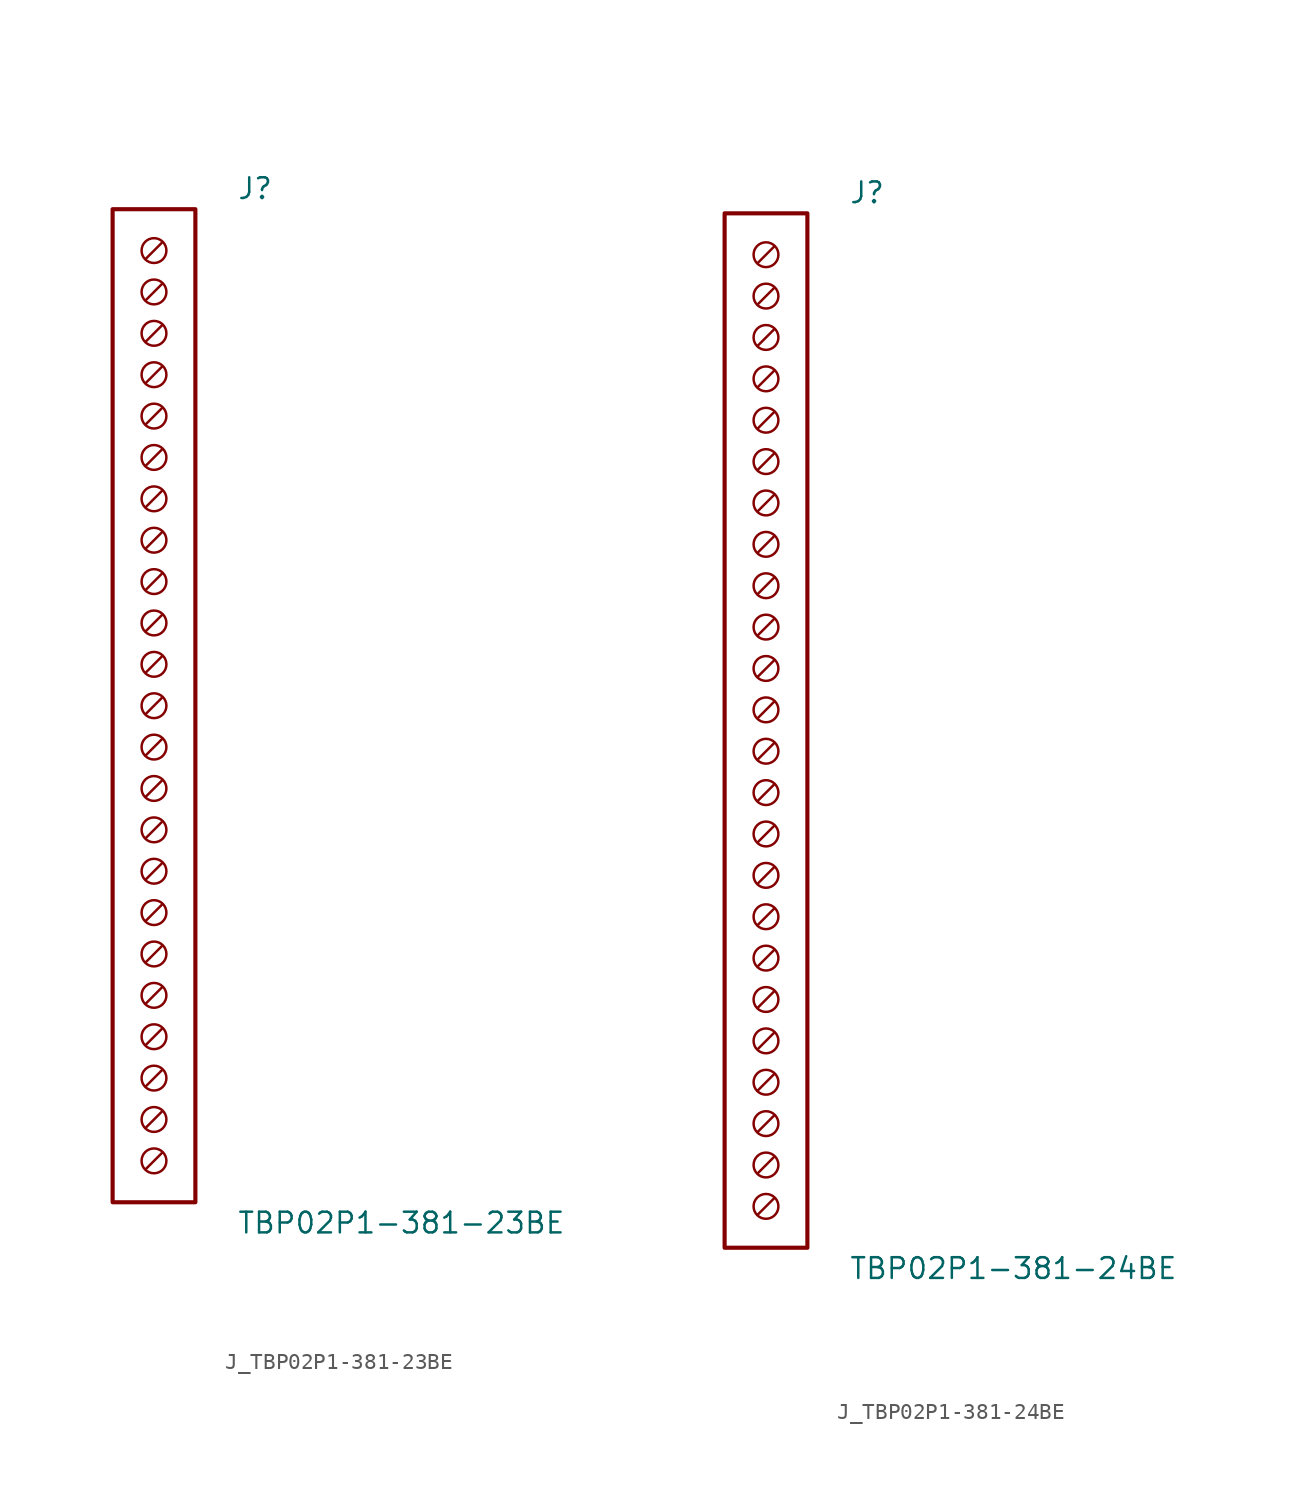
<source format=kicad_sym>
(kicad_symbol_lib
  (version 20231120)
  (generator kicad_symbol_editor)
  (generator_version 8.0)
  (symbol "J_TBP02P1-381-23BE"
    (pin_names
      (offset 0.254))
    (property "Reference" "J"
      (at 5.08 31.75 0)
      (effects (font (size 1.27 1.27)) (justify left)))
    (property "Value" "TBP02P1-381-23BE"
      (at 5.08 -31.75 0)
      (effects (font (size 1.27 1.27)) (justify left)))
    (symbol "J_TBP02P1-381-23BE_0_0"
      (circle (center 0 27.94) (radius 0.762) (stroke (width 0) (type default)) (fill (type none)))
      (polyline (pts (xy 0.508 28.448) (xy -0.508 27.432)) (stroke (width 0) (type default)) (fill (type none)))
      (circle (center 0 25.4) (radius 0.762) (stroke (width 0) (type default)) (fill (type none)))
      (polyline (pts (xy 0.508 25.908) (xy -0.508 24.892)) (stroke (width 0) (type default)) (fill (type none)))
      (circle (center 0 22.86) (radius 0.762) (stroke (width 0) (type default)) (fill (type none)))
      (polyline (pts (xy 0.508 23.368) (xy -0.508 22.352)) (stroke (width 0) (type default)) (fill (type none)))
      (circle (center 0 20.32) (radius 0.762) (stroke (width 0) (type default)) (fill (type none)))
      (polyline (pts (xy 0.508 20.828) (xy -0.508 19.812)) (stroke (width 0) (type default)) (fill (type none)))
      (circle (center 0 17.78) (radius 0.762) (stroke (width 0) (type default)) (fill (type none)))
      (polyline (pts (xy 0.508 18.288) (xy -0.508 17.272)) (stroke (width 0) (type default)) (fill (type none)))
      (circle (center 0 15.24) (radius 0.762) (stroke (width 0) (type default)) (fill (type none)))
      (polyline (pts (xy 0.508 15.748) (xy -0.508 14.732)) (stroke (width 0) (type default)) (fill (type none)))
      (circle (center 0 12.7) (radius 0.762) (stroke (width 0) (type default)) (fill (type none)))
      (polyline (pts (xy 0.508 13.208) (xy -0.508 12.192)) (stroke (width 0) (type default)) (fill (type none)))
      (circle (center 0 10.16) (radius 0.762) (stroke (width 0) (type default)) (fill (type none)))
      (polyline (pts (xy 0.508 10.668) (xy -0.508 9.652)) (stroke (width 0) (type default)) (fill (type none)))
      (circle (center 0 7.62) (radius 0.762) (stroke (width 0) (type default)) (fill (type none)))
      (polyline (pts (xy 0.508 8.128) (xy -0.508 7.112)) (stroke (width 0) (type default)) (fill (type none)))
      (circle (center 0 5.08) (radius 0.762) (stroke (width 0) (type default)) (fill (type none)))
      (polyline (pts (xy 0.508 5.588) (xy -0.508 4.572)) (stroke (width 0) (type default)) (fill (type none)))
      (circle (center 0 2.54) (radius 0.762) (stroke (width 0) (type default)) (fill (type none)))
      (polyline (pts (xy 0.508 3.048) (xy -0.508 2.032)) (stroke (width 0) (type default)) (fill (type none)))
      (circle (center 0 0.0) (radius 0.762) (stroke (width 0) (type default)) (fill (type none)))
      (polyline (pts (xy 0.508 0.508) (xy -0.508 -0.508)) (stroke (width 0) (type default)) (fill (type none)))
      (circle (center 0 -2.54) (radius 0.762) (stroke (width 0) (type default)) (fill (type none)))
      (polyline (pts (xy 0.508 -2.032) (xy -0.508 -3.048)) (stroke (width 0) (type default)) (fill (type none)))
      (circle (center 0 -5.08) (radius 0.762) (stroke (width 0) (type default)) (fill (type none)))
      (polyline (pts (xy 0.508 -4.572) (xy -0.508 -5.588)) (stroke (width 0) (type default)) (fill (type none)))
      (circle (center 0 -7.62) (radius 0.762) (stroke (width 0) (type default)) (fill (type none)))
      (polyline (pts (xy 0.508 -7.112) (xy -0.508 -8.128)) (stroke (width 0) (type default)) (fill (type none)))
      (circle (center 0 -10.16) (radius 0.762) (stroke (width 0) (type default)) (fill (type none)))
      (polyline (pts (xy 0.508 -9.652) (xy -0.508 -10.668)) (stroke (width 0) (type default)) (fill (type none)))
      (circle (center 0 -12.7) (radius 0.762) (stroke (width 0) (type default)) (fill (type none)))
      (polyline (pts (xy 0.508 -12.192) (xy -0.508 -13.208)) (stroke (width 0) (type default)) (fill (type none)))
      (circle (center 0 -15.24) (radius 0.762) (stroke (width 0) (type default)) (fill (type none)))
      (polyline (pts (xy 0.508 -14.732) (xy -0.508 -15.748)) (stroke (width 0) (type default)) (fill (type none)))
      (circle (center 0 -17.78) (radius 0.762) (stroke (width 0) (type default)) (fill (type none)))
      (polyline (pts (xy 0.508 -17.272) (xy -0.508 -18.288)) (stroke (width 0) (type default)) (fill (type none)))
      (circle (center 0 -20.32) (radius 0.762) (stroke (width 0) (type default)) (fill (type none)))
      (polyline (pts (xy 0.508 -19.812) (xy -0.508 -20.828)) (stroke (width 0) (type default)) (fill (type none)))
      (circle (center 0 -22.86) (radius 0.762) (stroke (width 0) (type default)) (fill (type none)))
      (polyline (pts (xy 0.508 -22.352) (xy -0.508 -23.368)) (stroke (width 0) (type default)) (fill (type none)))
      (circle (center 0 -25.4) (radius 0.762) (stroke (width 0) (type default)) (fill (type none)))
      (polyline (pts (xy 0.508 -24.892) (xy -0.508 -25.908)) (stroke (width 0) (type default)) (fill (type none)))
      (circle (center 0 -27.94) (radius 0.762) (stroke (width 0) (type default)) (fill (type none)))
      (polyline (pts (xy 0.508 -27.432) (xy -0.508 -28.448)) (stroke (width 0) (type default)) (fill (type none))))
    (symbol "J_TBP02P1-381-23BE_1_0"
      (rectangle (start -2.54 30.48) (end 2.54 -30.48) (stroke (width 0.254) (type solid)) (fill (type none)))))
  (symbol "J_TBP02P1-381-24BE"
    (pin_names
      (offset 0.254))
    (property "Reference" "J"
      (at 5.08 33.02 0)
      (effects (font (size 1.27 1.27)) (justify left)))
    (property "Value" "TBP02P1-381-24BE"
      (at 5.08 -33.02 0)
      (effects (font (size 1.27 1.27)) (justify left)))
    (symbol "J_TBP02P1-381-24BE_0_0"
      (circle (center 0 29.21) (radius 0.762) (stroke (width 0) (type default)) (fill (type none)))
      (polyline (pts (xy 0.508 29.718) (xy -0.508 28.702)) (stroke (width 0) (type default)) (fill (type none)))
      (circle (center 0 26.67) (radius 0.762) (stroke (width 0) (type default)) (fill (type none)))
      (polyline (pts (xy 0.508 27.178) (xy -0.508 26.162)) (stroke (width 0) (type default)) (fill (type none)))
      (circle (center 0 24.13) (radius 0.762) (stroke (width 0) (type default)) (fill (type none)))
      (polyline (pts (xy 0.508 24.638) (xy -0.508 23.622)) (stroke (width 0) (type default)) (fill (type none)))
      (circle (center 0 21.59) (radius 0.762) (stroke (width 0) (type default)) (fill (type none)))
      (polyline (pts (xy 0.508 22.098) (xy -0.508 21.082)) (stroke (width 0) (type default)) (fill (type none)))
      (circle (center 0 19.05) (radius 0.762) (stroke (width 0) (type default)) (fill (type none)))
      (polyline (pts (xy 0.508 19.558) (xy -0.508 18.542)) (stroke (width 0) (type default)) (fill (type none)))
      (circle (center 0 16.51) (radius 0.762) (stroke (width 0) (type default)) (fill (type none)))
      (polyline (pts (xy 0.508 17.018) (xy -0.508 16.002)) (stroke (width 0) (type default)) (fill (type none)))
      (circle (center 0 13.97) (radius 0.762) (stroke (width 0) (type default)) (fill (type none)))
      (polyline (pts (xy 0.508 14.478) (xy -0.508 13.462)) (stroke (width 0) (type default)) (fill (type none)))
      (circle (center 0 11.43) (radius 0.762) (stroke (width 0) (type default)) (fill (type none)))
      (polyline (pts (xy 0.508 11.938) (xy -0.508 10.922)) (stroke (width 0) (type default)) (fill (type none)))
      (circle (center 0 8.89) (radius 0.762) (stroke (width 0) (type default)) (fill (type none)))
      (polyline (pts (xy 0.508 9.398) (xy -0.508 8.382)) (stroke (width 0) (type default)) (fill (type none)))
      (circle (center 0 6.35) (radius 0.762) (stroke (width 0) (type default)) (fill (type none)))
      (polyline (pts (xy 0.508 6.858) (xy -0.508 5.842)) (stroke (width 0) (type default)) (fill (type none)))
      (circle (center 0 3.81) (radius 0.762) (stroke (width 0) (type default)) (fill (type none)))
      (polyline (pts (xy 0.508 4.318) (xy -0.508 3.302)) (stroke (width 0) (type default)) (fill (type none)))
      (circle (center 0 1.27) (radius 0.762) (stroke (width 0) (type default)) (fill (type none)))
      (polyline (pts (xy 0.508 1.778) (xy -0.508 0.762)) (stroke (width 0) (type default)) (fill (type none)))
      (circle (center 0 -1.27) (radius 0.762) (stroke (width 0) (type default)) (fill (type none)))
      (polyline (pts (xy 0.508 -0.762) (xy -0.508 -1.778)) (stroke (width 0) (type default)) (fill (type none)))
      (circle (center 0 -3.81) (radius 0.762) (stroke (width 0) (type default)) (fill (type none)))
      (polyline (pts (xy 0.508 -3.302) (xy -0.508 -4.318)) (stroke (width 0) (type default)) (fill (type none)))
      (circle (center 0 -6.35) (radius 0.762) (stroke (width 0) (type default)) (fill (type none)))
      (polyline (pts (xy 0.508 -5.842) (xy -0.508 -6.858)) (stroke (width 0) (type default)) (fill (type none)))
      (circle (center 0 -8.89) (radius 0.762) (stroke (width 0) (type default)) (fill (type none)))
      (polyline (pts (xy 0.508 -8.382) (xy -0.508 -9.398)) (stroke (width 0) (type default)) (fill (type none)))
      (circle (center 0 -11.43) (radius 0.762) (stroke (width 0) (type default)) (fill (type none)))
      (polyline (pts (xy 0.508 -10.922) (xy -0.508 -11.938)) (stroke (width 0) (type default)) (fill (type none)))
      (circle (center 0 -13.97) (radius 0.762) (stroke (width 0) (type default)) (fill (type none)))
      (polyline (pts (xy 0.508 -13.462) (xy -0.508 -14.478)) (stroke (width 0) (type default)) (fill (type none)))
      (circle (center 0 -16.51) (radius 0.762) (stroke (width 0) (type default)) (fill (type none)))
      (polyline (pts (xy 0.508 -16.002) (xy -0.508 -17.018)) (stroke (width 0) (type default)) (fill (type none)))
      (circle (center 0 -19.05) (radius 0.762) (stroke (width 0) (type default)) (fill (type none)))
      (polyline (pts (xy 0.508 -18.542) (xy -0.508 -19.558)) (stroke (width 0) (type default)) (fill (type none)))
      (circle (center 0 -21.59) (radius 0.762) (stroke (width 0) (type default)) (fill (type none)))
      (polyline (pts (xy 0.508 -21.082) (xy -0.508 -22.098)) (stroke (width 0) (type default)) (fill (type none)))
      (circle (center 0 -24.13) (radius 0.762) (stroke (width 0) (type default)) (fill (type none)))
      (polyline (pts (xy 0.508 -23.622) (xy -0.508 -24.638)) (stroke (width 0) (type default)) (fill (type none)))
      (circle (center 0 -26.67) (radius 0.762) (stroke (width 0) (type default)) (fill (type none)))
      (polyline (pts (xy 0.508 -26.162) (xy -0.508 -27.178)) (stroke (width 0) (type default)) (fill (type none)))
      (circle (center 0 -29.21) (radius 0.762) (stroke (width 0) (type default)) (fill (type none)))
      (polyline (pts (xy 0.508 -28.702) (xy -0.508 -29.718)) (stroke (width 0) (type default)) (fill (type none))))
    (symbol "J_TBP02P1-381-24BE_1_0"
      (rectangle (start -2.54 31.75) (end 2.54 -31.75) (stroke (width 0.254) (type solid)) (fill (type none))))))
</source>
